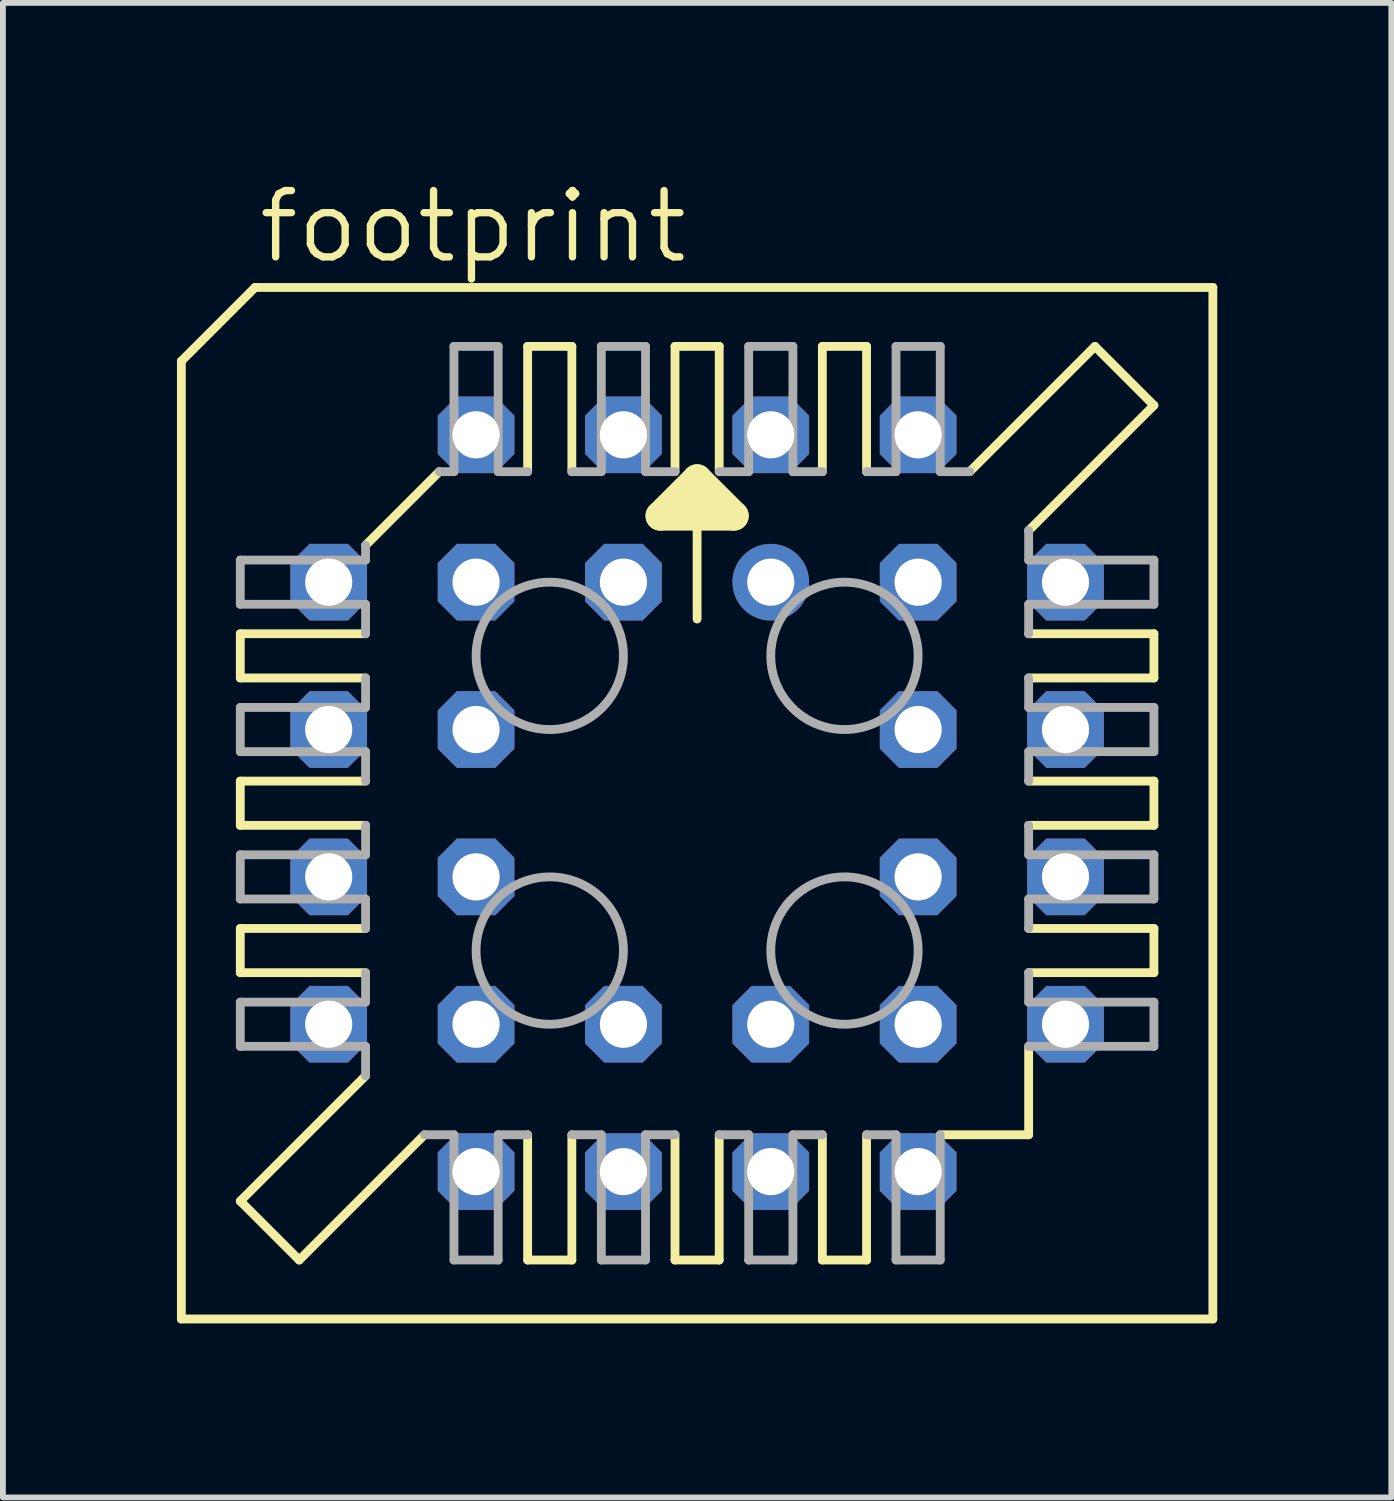
<source format=kicad_pcb>
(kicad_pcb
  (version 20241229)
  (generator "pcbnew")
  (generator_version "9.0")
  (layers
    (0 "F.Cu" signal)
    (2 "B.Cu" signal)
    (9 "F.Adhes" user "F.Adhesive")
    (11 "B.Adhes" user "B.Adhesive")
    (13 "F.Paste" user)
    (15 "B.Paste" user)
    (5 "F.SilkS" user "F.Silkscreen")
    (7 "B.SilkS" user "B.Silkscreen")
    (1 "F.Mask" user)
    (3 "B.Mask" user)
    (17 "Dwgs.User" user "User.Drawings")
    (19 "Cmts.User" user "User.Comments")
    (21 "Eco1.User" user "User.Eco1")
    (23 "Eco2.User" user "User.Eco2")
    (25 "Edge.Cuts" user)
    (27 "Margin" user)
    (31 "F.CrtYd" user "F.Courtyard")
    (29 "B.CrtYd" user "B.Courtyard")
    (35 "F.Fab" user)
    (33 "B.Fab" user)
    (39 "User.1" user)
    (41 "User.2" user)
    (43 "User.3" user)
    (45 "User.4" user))
  (footprint "footprint"
    (layer "F.Cu")
    (at 8.966 10.795)
    (property "Reference" "footprint" (at -7.62 -9.271 0) (layer "F.SilkS") (effects (font (size 1.143 1.143) (thickness 0.127)) (justify left bottom)))
    (fp_line (start -8.89 -7.62) (end -8.89 8.89) (stroke (width 0.152) (type solid)) (layer "F.SilkS"))
    (fp_line (start -7.874 -2.159) (end -7.874 -2.921) (stroke (width 0.152) (type solid)) (layer "F.SilkS"))
    (fp_line (start -7.874 -2.159) (end -5.715 -2.159) (stroke (width 0.152) (type solid)) (layer "F.SilkS"))
    (fp_line (start -7.874 0.381) (end -7.874 -0.381) (stroke (width 0.152) (type solid)) (layer "F.SilkS"))
    (fp_line (start -7.874 0.381) (end -5.715 0.381) (stroke (width 0.152) (type solid)) (layer "F.SilkS"))
    (fp_line (start -7.874 2.921) (end -7.874 2.159) (stroke (width 0.152) (type solid)) (layer "F.SilkS"))
    (fp_line (start -7.874 2.921) (end -5.715 2.921) (stroke (width 0.152) (type solid)) (layer "F.SilkS"))
    (fp_line (start -7.874 6.858) (end -5.715 4.699) (stroke (width 0.152) (type solid)) (layer "F.SilkS"))
    (fp_line (start -7.62 -8.89) (end -8.89 -7.62) (stroke (width 0.152) (type solid)) (layer "F.SilkS"))
    (fp_line (start -6.858 7.874) (end -7.874 6.858) (stroke (width 0.152) (type solid)) (layer "F.SilkS"))
    (fp_line (start -6.858 7.874) (end -4.699 5.715) (stroke (width 0.152) (type solid)) (layer "F.SilkS"))
    (fp_line (start -5.715 -4.445) (end -4.445 -5.715) (stroke (width 0.152) (type solid)) (layer "F.SilkS"))
    (fp_line (start -5.715 -2.921) (end -7.874 -2.921) (stroke (width 0.152) (type solid)) (layer "F.SilkS"))
    (fp_line (start -5.715 -0.381) (end -7.874 -0.381) (stroke (width 0.152) (type solid)) (layer "F.SilkS"))
    (fp_line (start -5.715 2.159) (end -7.874 2.159) (stroke (width 0.152) (type solid)) (layer "F.SilkS"))
    (fp_line (start -2.921 -5.715) (end -2.921 -7.874) (stroke (width 0.152) (type solid)) (layer "F.SilkS"))
    (fp_line (start -2.921 7.874) (end -2.921 5.715) (stroke (width 0.152) (type solid)) (layer "F.SilkS"))
    (fp_line (start -2.921 7.874) (end -2.159 7.874) (stroke (width 0.152) (type solid)) (layer "F.SilkS"))
    (fp_line (start -2.159 -7.874) (end -2.921 -7.874) (stroke (width 0.152) (type solid)) (layer "F.SilkS"))
    (fp_line (start -2.159 -7.874) (end -2.159 -5.715) (stroke (width 0.152) (type solid)) (layer "F.SilkS"))
    (fp_line (start -2.159 5.715) (end -2.159 7.874) (stroke (width 0.152) (type solid)) (layer "F.SilkS"))
    (fp_line (start -0.635 -4.953) (end 0 -5.588) (stroke (width 0.508) (type solid)) (layer "F.SilkS"))
    (fp_line (start -0.381 -5.715) (end -0.381 -7.874) (stroke (width 0.152) (type solid)) (layer "F.SilkS"))
    (fp_line (start -0.381 7.874) (end -0.381 5.715) (stroke (width 0.152) (type solid)) (layer "F.SilkS"))
    (fp_line (start -0.381 7.874) (end 0.381 7.874) (stroke (width 0.152) (type solid)) (layer "F.SilkS"))
    (fp_line (start 0 -5.588) (end 0 -3.175) (stroke (width 0.152) (type solid)) (layer "F.SilkS"))
    (fp_line (start 0 -5.588) (end 0.635 -4.953) (stroke (width 0.508) (type solid)) (layer "F.SilkS"))
    (fp_line (start 0.381 -7.874) (end -0.381 -7.874) (stroke (width 0.152) (type solid)) (layer "F.SilkS"))
    (fp_line (start 0.381 -7.874) (end 0.381 -5.715) (stroke (width 0.152) (type solid)) (layer "F.SilkS"))
    (fp_line (start 0.381 5.715) (end 0.381 7.874) (stroke (width 0.152) (type solid)) (layer "F.SilkS"))
    (fp_line (start 0.635 -4.953) (end -0.635 -4.953) (stroke (width 0.508) (type solid)) (layer "F.SilkS"))
    (fp_line (start 2.159 -5.715) (end 2.159 -7.874) (stroke (width 0.152) (type solid)) (layer "F.SilkS"))
    (fp_line (start 2.159 7.874) (end 2.159 5.715) (stroke (width 0.152) (type solid)) (layer "F.SilkS"))
    (fp_line (start 2.159 7.874) (end 2.921 7.874) (stroke (width 0.152) (type solid)) (layer "F.SilkS"))
    (fp_line (start 2.921 -7.874) (end 2.159 -7.874) (stroke (width 0.152) (type solid)) (layer "F.SilkS"))
    (fp_line (start 2.921 -7.874) (end 2.921 -5.715) (stroke (width 0.152) (type solid)) (layer "F.SilkS"))
    (fp_line (start 2.921 5.715) (end 2.921 7.874) (stroke (width 0.152) (type solid)) (layer "F.SilkS"))
    (fp_line (start 4.191 5.715) (end 5.715 5.715) (stroke (width 0.152) (type solid)) (layer "F.SilkS"))
    (fp_line (start 5.715 -2.159) (end 7.874 -2.159) (stroke (width 0.152) (type solid)) (layer "F.SilkS"))
    (fp_line (start 5.715 0.381) (end 7.874 0.381) (stroke (width 0.152) (type solid)) (layer "F.SilkS"))
    (fp_line (start 5.715 2.921) (end 7.874 2.921) (stroke (width 0.152) (type solid)) (layer "F.SilkS"))
    (fp_line (start 5.715 4.191) (end 5.715 5.715) (stroke (width 0.152) (type solid)) (layer "F.SilkS"))
    (fp_line (start 6.858 -7.874) (end 4.699 -5.715) (stroke (width 0.152) (type solid)) (layer "F.SilkS"))
    (fp_line (start 7.874 -6.858) (end 5.715 -4.699) (stroke (width 0.152) (type solid)) (layer "F.SilkS"))
    (fp_line (start 7.874 -6.858) (end 6.858 -7.874) (stroke (width 0.152) (type solid)) (layer "F.SilkS"))
    (fp_line (start 7.874 -2.921) (end 5.715 -2.921) (stroke (width 0.152) (type solid)) (layer "F.SilkS"))
    (fp_line (start 7.874 -2.921) (end 7.874 -2.159) (stroke (width 0.152) (type solid)) (layer "F.SilkS"))
    (fp_line (start 7.874 -0.381) (end 5.715 -0.381) (stroke (width 0.152) (type solid)) (layer "F.SilkS"))
    (fp_line (start 7.874 -0.381) (end 7.874 0.381) (stroke (width 0.152) (type solid)) (layer "F.SilkS"))
    (fp_line (start 7.874 2.159) (end 5.715 2.159) (stroke (width 0.152) (type solid)) (layer "F.SilkS"))
    (fp_line (start 7.874 2.159) (end 7.874 2.921) (stroke (width 0.152) (type solid)) (layer "F.SilkS"))
    (fp_line (start 8.89 -8.89) (end -7.62 -8.89) (stroke (width 0.152) (type solid)) (layer "F.SilkS"))
    (fp_line (start 8.89 8.89) (end -8.89 8.89) (stroke (width 0.152) (type solid)) (layer "F.SilkS"))
    (fp_line (start 8.89 8.89) (end 8.89 -8.89) (stroke (width 0.152) (type solid)) (layer "F.SilkS"))
    (fp_line (start -7.874 -3.429) (end -7.874 -4.191) (stroke (width 0.152) (type solid)) (layer "F.Fab"))
    (fp_line (start -7.874 -3.429) (end -5.715 -3.429) (stroke (width 0.152) (type solid)) (layer "F.Fab"))
    (fp_line (start -7.874 -0.889) (end -7.874 -1.651) (stroke (width 0.152) (type solid)) (layer "F.Fab"))
    (fp_line (start -7.874 -0.889) (end -5.715 -0.889) (stroke (width 0.152) (type solid)) (layer "F.Fab"))
    (fp_line (start -7.874 1.651) (end -7.874 0.889) (stroke (width 0.152) (type solid)) (layer "F.Fab"))
    (fp_line (start -7.874 1.651) (end -5.715 1.651) (stroke (width 0.152) (type solid)) (layer "F.Fab"))
    (fp_line (start -7.874 4.191) (end -7.874 3.429) (stroke (width 0.152) (type solid)) (layer "F.Fab"))
    (fp_line (start -7.874 4.191) (end -5.715 4.191) (stroke (width 0.152) (type solid)) (layer "F.Fab"))
    (fp_line (start -5.715 -4.191) (end -7.874 -4.191) (stroke (width 0.152) (type solid)) (layer "F.Fab"))
    (fp_line (start -5.715 -4.191) (end -5.715 -4.445) (stroke (width 0.152) (type solid)) (layer "F.Fab"))
    (fp_line (start -5.715 -2.921) (end -5.715 -3.429) (stroke (width 0.152) (type solid)) (layer "F.Fab"))
    (fp_line (start -5.715 -1.651) (end -7.874 -1.651) (stroke (width 0.152) (type solid)) (layer "F.Fab"))
    (fp_line (start -5.715 -1.651) (end -5.715 -2.159) (stroke (width 0.152) (type solid)) (layer "F.Fab"))
    (fp_line (start -5.715 -0.381) (end -5.715 -0.889) (stroke (width 0.152) (type solid)) (layer "F.Fab"))
    (fp_line (start -5.715 0.889) (end -7.874 0.889) (stroke (width 0.152) (type solid)) (layer "F.Fab"))
    (fp_line (start -5.715 0.889) (end -5.715 0.381) (stroke (width 0.152) (type solid)) (layer "F.Fab"))
    (fp_line (start -5.715 2.159) (end -5.715 1.651) (stroke (width 0.152) (type solid)) (layer "F.Fab"))
    (fp_line (start -5.715 3.429) (end -7.874 3.429) (stroke (width 0.152) (type solid)) (layer "F.Fab"))
    (fp_line (start -5.715 3.429) (end -5.715 2.921) (stroke (width 0.152) (type solid)) (layer "F.Fab"))
    (fp_line (start -5.715 4.699) (end -5.715 4.191) (stroke (width 0.152) (type solid)) (layer "F.Fab"))
    (fp_line (start -4.699 5.715) (end -4.191 5.715) (stroke (width 0.152) (type solid)) (layer "F.Fab"))
    (fp_line (start -4.191 -5.715) (end -4.445 -5.715) (stroke (width 0.152) (type solid)) (layer "F.Fab"))
    (fp_line (start -4.191 -5.715) (end -4.191 -7.874) (stroke (width 0.152) (type solid)) (layer "F.Fab"))
    (fp_line (start -4.191 7.874) (end -4.191 5.715) (stroke (width 0.152) (type solid)) (layer "F.Fab"))
    (fp_line (start -4.191 7.874) (end -3.429 7.874) (stroke (width 0.152) (type solid)) (layer "F.Fab"))
    (fp_line (start -3.429 -7.874) (end -4.191 -7.874) (stroke (width 0.152) (type solid)) (layer "F.Fab"))
    (fp_line (start -3.429 -7.874) (end -3.429 -5.715) (stroke (width 0.152) (type solid)) (layer "F.Fab"))
    (fp_line (start -3.429 5.715) (end -3.429 7.874) (stroke (width 0.152) (type solid)) (layer "F.Fab"))
    (fp_line (start -3.429 5.715) (end -2.921 5.715) (stroke (width 0.152) (type solid)) (layer "F.Fab"))
    (fp_line (start -2.921 -5.715) (end -3.429 -5.715) (stroke (width 0.152) (type solid)) (layer "F.Fab"))
    (fp_line (start -2.159 5.715) (end -1.651 5.715) (stroke (width 0.152) (type solid)) (layer "F.Fab"))
    (fp_line (start -1.651 -5.715) (end -2.159 -5.715) (stroke (width 0.152) (type solid)) (layer "F.Fab"))
    (fp_line (start -1.651 -5.715) (end -1.651 -7.874) (stroke (width 0.152) (type solid)) (layer "F.Fab"))
    (fp_line (start -1.651 7.874) (end -1.651 5.715) (stroke (width 0.152) (type solid)) (layer "F.Fab"))
    (fp_line (start -1.651 7.874) (end -0.889 7.874) (stroke (width 0.152) (type solid)) (layer "F.Fab"))
    (fp_line (start -0.889 -7.874) (end -1.651 -7.874) (stroke (width 0.152) (type solid)) (layer "F.Fab"))
    (fp_line (start -0.889 -7.874) (end -0.889 -5.715) (stroke (width 0.152) (type solid)) (layer "F.Fab"))
    (fp_line (start -0.889 5.715) (end -0.889 7.874) (stroke (width 0.152) (type solid)) (layer "F.Fab"))
    (fp_line (start -0.889 5.715) (end -0.381 5.715) (stroke (width 0.152) (type solid)) (layer "F.Fab"))
    (fp_line (start -0.381 -5.715) (end -0.889 -5.715) (stroke (width 0.152) (type solid)) (layer "F.Fab"))
    (fp_line (start 0.381 5.715) (end 0.889 5.715) (stroke (width 0.152) (type solid)) (layer "F.Fab"))
    (fp_line (start 0.889 -5.715) (end 0.381 -5.715) (stroke (width 0.152) (type solid)) (layer "F.Fab"))
    (fp_line (start 0.889 -5.715) (end 0.889 -7.874) (stroke (width 0.152) (type solid)) (layer "F.Fab"))
    (fp_line (start 0.889 7.874) (end 0.889 5.715) (stroke (width 0.152) (type solid)) (layer "F.Fab"))
    (fp_line (start 0.889 7.874) (end 1.651 7.874) (stroke (width 0.152) (type solid)) (layer "F.Fab"))
    (fp_line (start 1.651 -7.874) (end 0.889 -7.874) (stroke (width 0.152) (type solid)) (layer "F.Fab"))
    (fp_line (start 1.651 -7.874) (end 1.651 -5.715) (stroke (width 0.152) (type solid)) (layer "F.Fab"))
    (fp_line (start 1.651 5.715) (end 1.651 7.874) (stroke (width 0.152) (type solid)) (layer "F.Fab"))
    (fp_line (start 1.651 5.715) (end 2.159 5.715) (stroke (width 0.152) (type solid)) (layer "F.Fab"))
    (fp_line (start 2.159 -5.715) (end 1.651 -5.715) (stroke (width 0.152) (type solid)) (layer "F.Fab"))
    (fp_line (start 2.921 5.715) (end 3.429 5.715) (stroke (width 0.152) (type solid)) (layer "F.Fab"))
    (fp_line (start 3.429 -5.715) (end 2.921 -5.715) (stroke (width 0.152) (type solid)) (layer "F.Fab"))
    (fp_line (start 3.429 -5.715) (end 3.429 -7.874) (stroke (width 0.152) (type solid)) (layer "F.Fab"))
    (fp_line (start 3.429 7.874) (end 3.429 5.715) (stroke (width 0.152) (type solid)) (layer "F.Fab"))
    (fp_line (start 3.429 7.874) (end 4.191 7.874) (stroke (width 0.152) (type solid)) (layer "F.Fab"))
    (fp_line (start 4.191 -7.874) (end 3.429 -7.874) (stroke (width 0.152) (type solid)) (layer "F.Fab"))
    (fp_line (start 4.191 -7.874) (end 4.191 -5.715) (stroke (width 0.152) (type solid)) (layer "F.Fab"))
    (fp_line (start 4.191 5.715) (end 4.191 7.874) (stroke (width 0.152) (type solid)) (layer "F.Fab"))
    (fp_line (start 4.699 -5.715) (end 4.191 -5.715) (stroke (width 0.152) (type solid)) (layer "F.Fab"))
    (fp_line (start 5.715 -4.699) (end 5.715 -4.191) (stroke (width 0.152) (type solid)) (layer "F.Fab"))
    (fp_line (start 5.715 -3.429) (end 5.715 -2.921) (stroke (width 0.152) (type solid)) (layer "F.Fab"))
    (fp_line (start 5.715 -3.429) (end 7.874 -3.429) (stroke (width 0.152) (type solid)) (layer "F.Fab"))
    (fp_line (start 5.715 -2.159) (end 5.715 -1.651) (stroke (width 0.152) (type solid)) (layer "F.Fab"))
    (fp_line (start 5.715 -0.889) (end 5.715 -0.381) (stroke (width 0.152) (type solid)) (layer "F.Fab"))
    (fp_line (start 5.715 -0.889) (end 7.874 -0.889) (stroke (width 0.152) (type solid)) (layer "F.Fab"))
    (fp_line (start 5.715 0.381) (end 5.715 0.889) (stroke (width 0.152) (type solid)) (layer "F.Fab"))
    (fp_line (start 5.715 1.651) (end 5.715 2.159) (stroke (width 0.152) (type solid)) (layer "F.Fab"))
    (fp_line (start 5.715 1.651) (end 7.874 1.651) (stroke (width 0.152) (type solid)) (layer "F.Fab"))
    (fp_line (start 5.715 2.921) (end 5.715 3.429) (stroke (width 0.152) (type solid)) (layer "F.Fab"))
    (fp_line (start 5.715 4.191) (end 7.874 4.191) (stroke (width 0.152) (type solid)) (layer "F.Fab"))
    (fp_line (start 7.874 -4.191) (end 5.715 -4.191) (stroke (width 0.152) (type solid)) (layer "F.Fab"))
    (fp_line (start 7.874 -4.191) (end 7.874 -3.429) (stroke (width 0.152) (type solid)) (layer "F.Fab"))
    (fp_line (start 7.874 -1.651) (end 5.715 -1.651) (stroke (width 0.152) (type solid)) (layer "F.Fab"))
    (fp_line (start 7.874 -1.651) (end 7.874 -0.889) (stroke (width 0.152) (type solid)) (layer "F.Fab"))
    (fp_line (start 7.874 0.889) (end 5.715 0.889) (stroke (width 0.152) (type solid)) (layer "F.Fab"))
    (fp_line (start 7.874 0.889) (end 7.874 1.651) (stroke (width 0.152) (type solid)) (layer "F.Fab"))
    (fp_line (start 7.874 3.429) (end 5.715 3.429) (stroke (width 0.152) (type solid)) (layer "F.Fab"))
    (fp_line (start 7.874 3.429) (end 7.874 4.191) (stroke (width 0.152) (type solid)) (layer "F.Fab"))
    (fp_circle (center -2.54 -2.54) (end -1.27 -2.54) (stroke (width 0.152) (type solid)) (fill no) (layer "F.Fab"))
    (fp_circle (center -2.54 2.54) (end -1.27 2.54) (stroke (width 0.152) (type solid)) (fill no) (layer "F.Fab"))
    (fp_circle (center 2.54 -2.54) (end 3.81 -2.54) (stroke (width 0.152) (type solid)) (fill no) (layer "F.Fab"))
    (fp_circle (center 2.54 2.54) (end 3.81 2.54) (stroke (width 0.152) (type solid)) (fill no) (layer "F.Fab"))
    (pad "1" thru_hole circle (at 1.27 -3.81) (size 1.321 1.321) (drill 0.813) (layers "*.Cu" "*.Mask"))
    (pad "2" thru_hole roundrect (at -1.27 -6.35) (size 1.321 1.321) (drill 0.813) (layers "*.Cu" "*.Mask") (roundrect_rratio 0.25) (chamfer_ratio 0.25) (chamfer top_left top_right bottom_left bottom_right))
    (pad "3" thru_hole roundrect (at -1.27 -3.81) (size 1.321 1.321) (drill 0.813) (layers "*.Cu" "*.Mask") (roundrect_rratio 0.25) (chamfer_ratio 0.25) (chamfer top_left top_right bottom_left bottom_right))
    (pad "4" thru_hole roundrect (at -3.81 -6.35) (size 1.321 1.321) (drill 0.813) (layers "*.Cu" "*.Mask") (roundrect_rratio 0.25) (chamfer_ratio 0.25) (chamfer top_left top_right bottom_left bottom_right))
    (pad "5" thru_hole roundrect (at -6.35 -3.81) (size 1.321 1.321) (drill 0.813) (layers "*.Cu" "*.Mask") (roundrect_rratio 0.25) (chamfer_ratio 0.25) (chamfer top_left top_right bottom_left bottom_right))
    (pad "6" thru_hole roundrect (at -3.81 -3.81) (size 1.321 1.321) (drill 0.813) (layers "*.Cu" "*.Mask") (roundrect_rratio 0.25) (chamfer_ratio 0.25) (chamfer top_left top_right bottom_left bottom_right))
    (pad "7" thru_hole roundrect (at -6.35 -1.27) (size 1.321 1.321) (drill 0.813) (layers "*.Cu" "*.Mask") (roundrect_rratio 0.25) (chamfer_ratio 0.25) (chamfer top_left top_right bottom_left bottom_right))
    (pad "8" thru_hole roundrect (at -3.81 -1.27) (size 1.321 1.321) (drill 0.813) (layers "*.Cu" "*.Mask") (roundrect_rratio 0.25) (chamfer_ratio 0.25) (chamfer top_left top_right bottom_left bottom_right))
    (pad "9" thru_hole roundrect (at -6.35 1.27) (size 1.321 1.321) (drill 0.813) (layers "*.Cu" "*.Mask") (roundrect_rratio 0.25) (chamfer_ratio 0.25) (chamfer top_left top_right bottom_left bottom_right))
    (pad "10" thru_hole roundrect (at -3.81 1.27) (size 1.321 1.321) (drill 0.813) (layers "*.Cu" "*.Mask") (roundrect_rratio 0.25) (chamfer_ratio 0.25) (chamfer top_left top_right bottom_left bottom_right))
    (pad "11" thru_hole roundrect (at -6.35 3.81) (size 1.321 1.321) (drill 0.813) (layers "*.Cu" "*.Mask") (roundrect_rratio 0.25) (chamfer_ratio 0.25) (chamfer top_left top_right bottom_left bottom_right))
    (pad "12" thru_hole roundrect (at -3.81 6.35) (size 1.321 1.321) (drill 0.813) (layers "*.Cu" "*.Mask") (roundrect_rratio 0.25) (chamfer_ratio 0.25) (chamfer top_left top_right bottom_left bottom_right))
    (pad "13" thru_hole roundrect (at -3.81 3.81) (size 1.321 1.321) (drill 0.813) (layers "*.Cu" "*.Mask") (roundrect_rratio 0.25) (chamfer_ratio 0.25) (chamfer top_left top_right bottom_left bottom_right))
    (pad "14" thru_hole roundrect (at -1.27 6.35) (size 1.321 1.321) (drill 0.813) (layers "*.Cu" "*.Mask") (roundrect_rratio 0.25) (chamfer_ratio 0.25) (chamfer top_left top_right bottom_left bottom_right))
    (pad "15" thru_hole roundrect (at -1.27 3.81) (size 1.321 1.321) (drill 0.813) (layers "*.Cu" "*.Mask") (roundrect_rratio 0.25) (chamfer_ratio 0.25) (chamfer top_left top_right bottom_left bottom_right))
    (pad "16" thru_hole roundrect (at 1.27 6.35) (size 1.321 1.321) (drill 0.813) (layers "*.Cu" "*.Mask") (roundrect_rratio 0.25) (chamfer_ratio 0.25) (chamfer top_left top_right bottom_left bottom_right))
    (pad "17" thru_hole roundrect (at 1.27 3.81) (size 1.321 1.321) (drill 0.813) (layers "*.Cu" "*.Mask") (roundrect_rratio 0.25) (chamfer_ratio 0.25) (chamfer top_left top_right bottom_left bottom_right))
    (pad "18" thru_hole roundrect (at 3.81 6.35) (size 1.321 1.321) (drill 0.813) (layers "*.Cu" "*.Mask") (roundrect_rratio 0.25) (chamfer_ratio 0.25) (chamfer top_left top_right bottom_left bottom_right))
    (pad "19" thru_hole roundrect (at 6.35 3.81) (size 1.321 1.321) (drill 0.813) (layers "*.Cu" "*.Mask") (roundrect_rratio 0.25) (chamfer_ratio 0.25) (chamfer top_left top_right bottom_left bottom_right))
    (pad "20" thru_hole roundrect (at 3.81 3.81) (size 1.321 1.321) (drill 0.813) (layers "*.Cu" "*.Mask") (roundrect_rratio 0.25) (chamfer_ratio 0.25) (chamfer top_left top_right bottom_left bottom_right))
    (pad "21" thru_hole roundrect (at 6.35 1.27) (size 1.321 1.321) (drill 0.813) (layers "*.Cu" "*.Mask") (roundrect_rratio 0.25) (chamfer_ratio 0.25) (chamfer top_left top_right bottom_left bottom_right))
    (pad "22" thru_hole roundrect (at 3.81 1.27) (size 1.321 1.321) (drill 0.813) (layers "*.Cu" "*.Mask") (roundrect_rratio 0.25) (chamfer_ratio 0.25) (chamfer top_left top_right bottom_left bottom_right))
    (pad "23" thru_hole roundrect (at 6.35 -1.27) (size 1.321 1.321) (drill 0.813) (layers "*.Cu" "*.Mask") (roundrect_rratio 0.25) (chamfer_ratio 0.25) (chamfer top_left top_right bottom_left bottom_right))
    (pad "24" thru_hole roundrect (at 3.81 -1.27) (size 1.321 1.321) (drill 0.813) (layers "*.Cu" "*.Mask") (roundrect_rratio 0.25) (chamfer_ratio 0.25) (chamfer top_left top_right bottom_left bottom_right))
    (pad "25" thru_hole roundrect (at 6.35 -3.81) (size 1.321 1.321) (drill 0.813) (layers "*.Cu" "*.Mask") (roundrect_rratio 0.25) (chamfer_ratio 0.25) (chamfer top_left top_right bottom_left bottom_right))
    (pad "26" thru_hole roundrect (at 3.81 -6.35) (size 1.321 1.321) (drill 0.813) (layers "*.Cu" "*.Mask") (roundrect_rratio 0.25) (chamfer_ratio 0.25) (chamfer top_left top_right bottom_left bottom_right))
    (pad "27" thru_hole roundrect (at 3.81 -3.81) (size 1.321 1.321) (drill 0.813) (layers "*.Cu" "*.Mask") (roundrect_rratio 0.25) (chamfer_ratio 0.25) (chamfer top_left top_right bottom_left bottom_right))
    (pad "28" thru_hole roundrect (at 1.27 -6.35) (size 1.321 1.321) (drill 0.813) (layers "*.Cu" "*.Mask") (roundrect_rratio 0.25) (chamfer_ratio 0.25) (chamfer top_left top_right bottom_left bottom_right)))
  (gr_rect
    (start -3 -3)
    (end 20.932 22.761)
    (stroke (width 0.1) (type default))
    (fill no)
    (layer "Edge.Cuts")))
</source>
